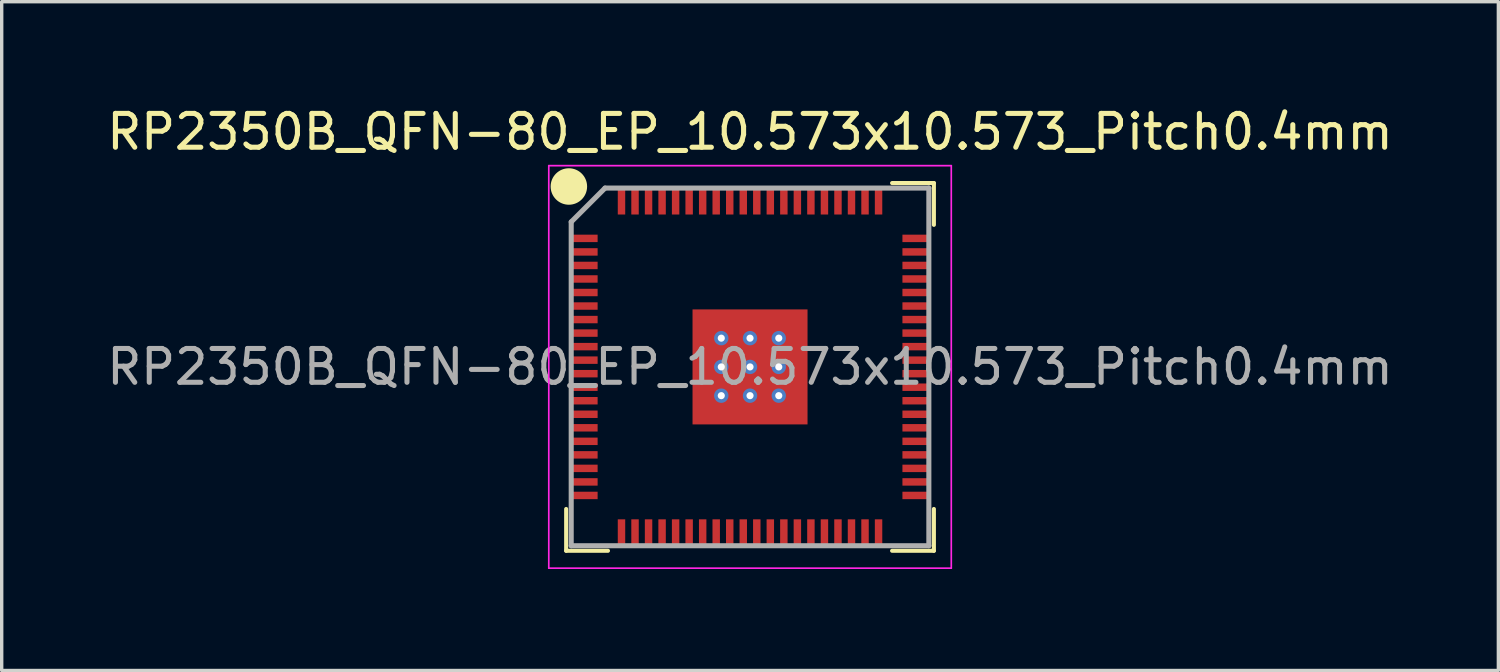
<source format=kicad_pcb>
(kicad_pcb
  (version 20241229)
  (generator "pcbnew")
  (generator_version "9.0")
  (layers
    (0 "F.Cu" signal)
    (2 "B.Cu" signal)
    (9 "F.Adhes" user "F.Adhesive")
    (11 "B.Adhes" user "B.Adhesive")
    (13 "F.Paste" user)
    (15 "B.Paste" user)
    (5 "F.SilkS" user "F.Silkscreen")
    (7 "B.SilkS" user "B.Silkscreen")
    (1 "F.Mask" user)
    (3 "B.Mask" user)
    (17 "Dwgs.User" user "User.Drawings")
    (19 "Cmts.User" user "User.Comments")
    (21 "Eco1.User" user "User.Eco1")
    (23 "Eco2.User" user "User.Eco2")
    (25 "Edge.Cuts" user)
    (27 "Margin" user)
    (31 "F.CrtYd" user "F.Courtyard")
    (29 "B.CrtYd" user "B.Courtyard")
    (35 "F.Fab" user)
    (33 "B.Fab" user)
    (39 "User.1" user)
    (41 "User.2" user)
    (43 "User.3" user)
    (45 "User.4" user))
  (footprint "RP2350B_QFN-80_EP_10.573x10.573_Pitch0.4mm"
    (layer "F.Cu")
    (at 19.125 7.798)
    (property "Reference" "RP2350B_QFN-80_EP_10.573x10.573_Pitch0.4mm" (at 0 -6.95 0) (layer "F.SilkS") (effects (font (size 1 1) (thickness 0.15))))
    (attr smd)
    (fp_line (start -5.436 5.436) (end -5.436 4.2) (stroke (width 0.12) (type default)) (layer "F.SilkS"))
    (fp_line (start -4.2 5.436) (end -5.436 5.436) (stroke (width 0.12) (type default)) (layer "F.SilkS"))
    (fp_line (start 4.2 -5.436) (end 5.436 -5.436) (stroke (width 0.12) (type default)) (layer "F.SilkS"))
    (fp_line (start 4.2 5.436) (end 5.436 5.436) (stroke (width 0.12) (type default)) (layer "F.SilkS"))
    (fp_line (start 5.436 -5.436) (end 5.436 -4.2) (stroke (width 0.12) (type default)) (layer "F.SilkS"))
    (fp_line (start 5.436 5.436) (end 5.436 4.2) (stroke (width 0.12) (type default)) (layer "F.SilkS"))
    (fp_circle (center -5.356 -5.334) (end -4.877 -5.334) (stroke (width 0.12) (type solid)) (fill yes) (layer "F.SilkS"))
    (fp_line (start -5.95 -5.95) (end 5.95 -5.95) (stroke (width 0.05) (type default)) (layer "F.CrtYd"))
    (fp_line (start -5.95 5.95) (end -5.95 -5.95) (stroke (width 0.05) (type default)) (layer "F.CrtYd"))
    (fp_line (start 5.95 -5.95) (end 5.95 5.95) (stroke (width 0.05) (type default)) (layer "F.CrtYd"))
    (fp_line (start 5.95 5.95) (end -5.95 5.95) (stroke (width 0.05) (type default)) (layer "F.CrtYd"))
    (fp_line (start -5.287 -4.287) (end -5.287 5.287) (stroke (width 0.15) (type default)) (layer "F.Fab"))
    (fp_line (start -5.287 5.287) (end 5.287 5.287) (stroke (width 0.15) (type default)) (layer "F.Fab"))
    (fp_line (start -4.287 -5.287) (end -5.287 -4.287) (stroke (width 0.15) (type default)) (layer "F.Fab"))
    (fp_line (start 5.287 -5.287) (end -4.287 -5.287) (stroke (width 0.15) (type default)) (layer "F.Fab"))
    (fp_line (start 5.287 5.287) (end 5.287 -5.287) (stroke (width 0.15) (type default)) (layer "F.Fab"))
    (fp_text user "${REFERENCE}" (at 0 0 0) (layer "F.Fab") (effects (font (size 1 1) (thickness 0.15))))
    (pad "" smd rect (at -1.275 -1.275) (size 0.1 0.1) (layers "F.Paste"))
    (pad "" smd rect (at -1.275 -0.425) (size 0.1 0.1) (layers "F.Paste"))
    (pad "" smd rect (at -1.275 0.425) (size 0.1 0.1) (layers "F.Paste"))
    (pad "" smd rect (at -1.275 1.275) (size 0.1 0.1) (layers "F.Paste"))
    (pad "" smd rect (at -0.425 -1.275) (size 0.1 0.1) (layers "F.Paste"))
    (pad "" smd rect (at -0.425 -0.425) (size 0.1 0.1) (layers "F.Paste"))
    (pad "" smd rect (at -0.425 0.425) (size 0.1 0.1) (layers "F.Paste"))
    (pad "" smd rect (at -0.425 1.275) (size 0.1 0.1) (layers "F.Paste"))
    (pad "" smd rect (at 0.425 -1.275) (size 0.1 0.1) (layers "F.Paste"))
    (pad "" smd rect (at 0.425 -0.425) (size 0.1 0.1) (layers "F.Paste"))
    (pad "" smd rect (at 0.425 0.425) (size 0.1 0.1) (layers "F.Paste"))
    (pad "" smd rect (at 0.425 1.275) (size 0.1 0.1) (layers "F.Paste"))
    (pad "" smd rect (at 1.275 -1.275) (size 0.1 0.1) (layers "F.Paste"))
    (pad "" smd rect (at 1.275 -0.425) (size 0.1 0.1) (layers "F.Paste"))
    (pad "" smd rect (at 1.275 0.425) (size 0.1 0.1) (layers "F.Paste"))
    (pad "" smd rect (at 1.275 1.275) (size 0.1 0.1) (layers "F.Paste"))
    (pad "1" smd rect (at -4.896 -3.8 90) (size 0.22 0.78) (layers "F.Cu" "F.Mask" "F.Paste"))
    (pad "2" smd rect (at -4.896 -3.4 90) (size 0.22 0.78) (layers "F.Cu" "F.Mask" "F.Paste"))
    (pad "3" smd rect (at -4.896 -3 90) (size 0.22 0.78) (layers "F.Cu" "F.Mask" "F.Paste"))
    (pad "4" smd rect (at -4.896 -2.6 90) (size 0.22 0.78) (layers "F.Cu" "F.Mask" "F.Paste"))
    (pad "5" smd rect (at -4.896 -2.2 90) (size 0.22 0.78) (layers "F.Cu" "F.Mask" "F.Paste"))
    (pad "6" smd rect (at -4.896 -1.8 90) (size 0.22 0.78) (layers "F.Cu" "F.Mask" "F.Paste"))
    (pad "7" smd rect (at -4.896 -1.4 90) (size 0.22 0.78) (layers "F.Cu" "F.Mask" "F.Paste"))
    (pad "8" smd rect (at -4.896 -1 90) (size 0.22 0.78) (layers "F.Cu" "F.Mask" "F.Paste"))
    (pad "9" smd rect (at -4.896 -0.6 90) (size 0.22 0.78) (layers "F.Cu" "F.Mask" "F.Paste"))
    (pad "10" smd rect (at -4.896 -0.2 90) (size 0.22 0.78) (layers "F.Cu" "F.Mask" "F.Paste"))
    (pad "11" smd rect (at -4.896 0.2 90) (size 0.22 0.78) (layers "F.Cu" "F.Mask" "F.Paste"))
    (pad "12" smd rect (at -4.896 0.6 90) (size 0.22 0.78) (layers "F.Cu" "F.Mask" "F.Paste"))
    (pad "13" smd rect (at -4.896 1 90) (size 0.22 0.78) (layers "F.Cu" "F.Mask" "F.Paste"))
    (pad "14" smd rect (at -4.896 1.4 90) (size 0.22 0.78) (layers "F.Cu" "F.Mask" "F.Paste"))
    (pad "15" smd rect (at -4.896 1.8 90) (size 0.22 0.78) (layers "F.Cu" "F.Mask" "F.Paste"))
    (pad "16" smd rect (at -4.896 2.2 90) (size 0.22 0.78) (layers "F.Cu" "F.Mask" "F.Paste"))
    (pad "17" smd rect (at -4.896 2.6 90) (size 0.22 0.78) (layers "F.Cu" "F.Mask" "F.Paste"))
    (pad "18" smd rect (at -4.896 3 90) (size 0.22 0.78) (layers "F.Cu" "F.Mask" "F.Paste"))
    (pad "19" smd rect (at -4.896 3.4 90) (size 0.22 0.78) (layers "F.Cu" "F.Mask" "F.Paste"))
    (pad "20" smd rect (at -4.896 3.8 90) (size 0.22 0.78) (layers "F.Cu" "F.Mask" "F.Paste"))
    (pad "21" smd rect (at -3.8 4.896) (size 0.22 0.78) (layers "F.Cu" "F.Mask" "F.Paste"))
    (pad "22" smd rect (at -3.4 4.896) (size 0.22 0.78) (layers "F.Cu" "F.Mask" "F.Paste"))
    (pad "23" smd rect (at -3 4.896) (size 0.22 0.78) (layers "F.Cu" "F.Mask" "F.Paste"))
    (pad "24" smd rect (at -2.6 4.896) (size 0.22 0.78) (layers "F.Cu" "F.Mask" "F.Paste"))
    (pad "25" smd rect (at -2.2 4.896) (size 0.22 0.78) (layers "F.Cu" "F.Mask" "F.Paste"))
    (pad "26" smd rect (at -1.8 4.896) (size 0.22 0.78) (layers "F.Cu" "F.Mask" "F.Paste"))
    (pad "27" smd rect (at -1.4 4.896) (size 0.22 0.78) (layers "F.Cu" "F.Mask" "F.Paste"))
    (pad "28" smd rect (at -1 4.896) (size 0.22 0.78) (layers "F.Cu" "F.Mask" "F.Paste"))
    (pad "29" smd rect (at -0.6 4.896) (size 0.22 0.78) (layers "F.Cu" "F.Mask" "F.Paste"))
    (pad "30" smd rect (at -0.2 4.896) (size 0.22 0.78) (layers "F.Cu" "F.Mask" "F.Paste"))
    (pad "31" smd rect (at 0.2 4.896) (size 0.22 0.78) (layers "F.Cu" "F.Mask" "F.Paste"))
    (pad "32" smd rect (at 0.6 4.896) (size 0.22 0.78) (layers "F.Cu" "F.Mask" "F.Paste"))
    (pad "33" smd rect (at 1 4.896) (size 0.22 0.78) (layers "F.Cu" "F.Mask" "F.Paste"))
    (pad "34" smd rect (at 1.4 4.896) (size 0.22 0.78) (layers "F.Cu" "F.Mask" "F.Paste"))
    (pad "35" smd rect (at 1.8 4.896) (size 0.22 0.78) (layers "F.Cu" "F.Mask" "F.Paste"))
    (pad "36" smd rect (at 2.2 4.896) (size 0.22 0.78) (layers "F.Cu" "F.Mask" "F.Paste"))
    (pad "37" smd rect (at 2.6 4.896) (size 0.22 0.78) (layers "F.Cu" "F.Mask" "F.Paste"))
    (pad "38" smd rect (at 3 4.896) (size 0.22 0.78) (layers "F.Cu" "F.Mask" "F.Paste"))
    (pad "39" smd rect (at 3.4 4.896) (size 0.22 0.78) (layers "F.Cu" "F.Mask" "F.Paste"))
    (pad "40" smd rect (at 3.8 4.896) (size 0.22 0.78) (layers "F.Cu" "F.Mask" "F.Paste"))
    (pad "41" smd rect (at 4.896 3.8 90) (size 0.22 0.78) (layers "F.Cu" "F.Mask" "F.Paste"))
    (pad "42" smd rect (at 4.896 3.4 90) (size 0.22 0.78) (layers "F.Cu" "F.Mask" "F.Paste"))
    (pad "43" smd rect (at 4.896 3 90) (size 0.22 0.78) (layers "F.Cu" "F.Mask" "F.Paste"))
    (pad "44" smd rect (at 4.896 2.6 90) (size 0.22 0.78) (layers "F.Cu" "F.Mask" "F.Paste"))
    (pad "45" smd rect (at 4.896 2.2 90) (size 0.22 0.78) (layers "F.Cu" "F.Mask" "F.Paste"))
    (pad "46" smd rect (at 4.896 1.8 90) (size 0.22 0.78) (layers "F.Cu" "F.Mask" "F.Paste"))
    (pad "47" smd rect (at 4.896 1.4 90) (size 0.22 0.78) (layers "F.Cu" "F.Mask" "F.Paste"))
    (pad "48" smd rect (at 4.896 1 90) (size 0.22 0.78) (layers "F.Cu" "F.Mask" "F.Paste"))
    (pad "49" smd rect (at 4.896 0.6 90) (size 0.22 0.78) (layers "F.Cu" "F.Mask" "F.Paste"))
    (pad "50" smd rect (at 4.896 0.2 90) (size 0.22 0.78) (layers "F.Cu" "F.Mask" "F.Paste"))
    (pad "51" smd rect (at 4.896 -0.2 90) (size 0.22 0.78) (layers "F.Cu" "F.Mask" "F.Paste"))
    (pad "52" smd rect (at 4.896 -0.6 90) (size 0.22 0.78) (layers "F.Cu" "F.Mask" "F.Paste"))
    (pad "53" smd rect (at 4.896 -1 90) (size 0.22 0.78) (layers "F.Cu" "F.Mask" "F.Paste"))
    (pad "54" smd rect (at 4.896 -1.4 90) (size 0.22 0.78) (layers "F.Cu" "F.Mask" "F.Paste"))
    (pad "55" smd rect (at 4.896 -1.8 90) (size 0.22 0.78) (layers "F.Cu" "F.Mask" "F.Paste"))
    (pad "56" smd rect (at 4.896 -2.2 90) (size 0.22 0.78) (layers "F.Cu" "F.Mask" "F.Paste"))
    (pad "57" smd rect (at 4.896 -2.6 90) (size 0.22 0.78) (layers "F.Cu" "F.Mask" "F.Paste"))
    (pad "58" smd rect (at 4.896 -3 90) (size 0.22 0.78) (layers "F.Cu" "F.Mask" "F.Paste"))
    (pad "59" smd rect (at 4.896 -3.4 90) (size 0.22 0.78) (layers "F.Cu" "F.Mask" "F.Paste"))
    (pad "60" smd rect (at 4.896 -3.8 90) (size 0.22 0.78) (layers "F.Cu" "F.Mask" "F.Paste"))
    (pad "61" smd rect (at 3.8 -4.896) (size 0.22 0.78) (layers "F.Cu" "F.Mask" "F.Paste"))
    (pad "62" smd rect (at 3.4 -4.896) (size 0.22 0.78) (layers "F.Cu" "F.Mask" "F.Paste"))
    (pad "63" smd rect (at 3 -4.896) (size 0.22 0.78) (layers "F.Cu" "F.Mask" "F.Paste"))
    (pad "64" smd rect (at 2.6 -4.896) (size 0.22 0.78) (layers "F.Cu" "F.Mask" "F.Paste"))
    (pad "65" smd rect (at 2.2 -4.896) (size 0.22 0.78) (layers "F.Cu" "F.Mask" "F.Paste"))
    (pad "66" smd rect (at 1.8 -4.896) (size 0.22 0.78) (layers "F.Cu" "F.Mask" "F.Paste"))
    (pad "67" smd rect (at 1.4 -4.896) (size 0.22 0.78) (layers "F.Cu" "F.Mask" "F.Paste"))
    (pad "68" smd rect (at 1 -4.896) (size 0.22 0.78) (layers "F.Cu" "F.Mask" "F.Paste"))
    (pad "69" smd rect (at 0.6 -4.896) (size 0.22 0.78) (layers "F.Cu" "F.Mask" "F.Paste"))
    (pad "70" smd rect (at 0.2 -4.896) (size 0.22 0.78) (layers "F.Cu" "F.Mask" "F.Paste"))
    (pad "71" smd rect (at -0.2 -4.896) (size 0.22 0.78) (layers "F.Cu" "F.Mask" "F.Paste"))
    (pad "72" smd rect (at -0.6 -4.896) (size 0.22 0.78) (layers "F.Cu" "F.Mask" "F.Paste"))
    (pad "73" smd rect (at -1 -4.896) (size 0.22 0.78) (layers "F.Cu" "F.Mask" "F.Paste"))
    (pad "74" smd rect (at -1.4 -4.896) (size 0.22 0.78) (layers "F.Cu" "F.Mask" "F.Paste"))
    (pad "75" smd rect (at -1.8 -4.896) (size 0.22 0.78) (layers "F.Cu" "F.Mask" "F.Paste"))
    (pad "76" smd rect (at -2.2 -4.896) (size 0.22 0.78) (layers "F.Cu" "F.Mask" "F.Paste"))
    (pad "77" smd rect (at -2.6 -4.896) (size 0.22 0.78) (layers "F.Cu" "F.Mask" "F.Paste"))
    (pad "78" smd rect (at -3 -4.896) (size 0.22 0.78) (layers "F.Cu" "F.Mask" "F.Paste"))
    (pad "79" smd rect (at -3.4 -4.896) (size 0.22 0.78) (layers "F.Cu" "F.Mask" "F.Paste"))
    (pad "80" smd rect (at -3.8 -4.896) (size 0.22 0.78) (layers "F.Cu" "F.Mask" "F.Paste"))
    (pad "81" thru_hole circle (at -0.85 -0.85) (size 0.425 0.425) (drill 0.212) (property pad_prop_heatsink) (layers "*.Cu" "*.Mask"))
    (pad "81" thru_hole circle (at -0.85 0) (size 0.425 0.425) (drill 0.212) (property pad_prop_heatsink) (layers "*.Cu" "*.Mask"))
    (pad "81" thru_hole circle (at -0.85 0.85) (size 0.425 0.425) (drill 0.212) (property pad_prop_heatsink) (layers "*.Cu" "*.Mask"))
    (pad "81" thru_hole circle (at 0 -0.85) (size 0.425 0.425) (drill 0.212) (property pad_prop_heatsink) (layers "*.Cu" "*.Mask"))
    (pad "81" thru_hole circle (at 0 0) (size 0.425 0.425) (drill 0.212) (property pad_prop_heatsink) (layers "*.Cu" "*.Mask"))
    (pad "81" smd rect (at 0 0) (size 3.4 3.4) (layers "F.Cu" "F.Mask"))
    (pad "81" thru_hole circle (at 0 0.85) (size 0.425 0.425) (drill 0.212) (property pad_prop_heatsink) (layers "*.Cu" "*.Mask"))
    (pad "81" thru_hole circle (at 0.85 -0.85) (size 0.425 0.425) (drill 0.212) (property pad_prop_heatsink) (layers "*.Cu" "*.Mask"))
    (pad "81" thru_hole circle (at 0.85 0) (size 0.425 0.425) (drill 0.212) (property pad_prop_heatsink) (layers "*.Cu" "*.Mask"))
    (pad "81" thru_hole circle (at 0.85 0.85) (size 0.425 0.425) (drill 0.212) (property pad_prop_heatsink) (layers "*.Cu" "*.Mask")))
  (gr_rect
    (start -3 -3)
    (end 41.25 16.773)
    (stroke (width 0.1) (type default))
    (fill no)
    (layer "Edge.Cuts")))
</source>
